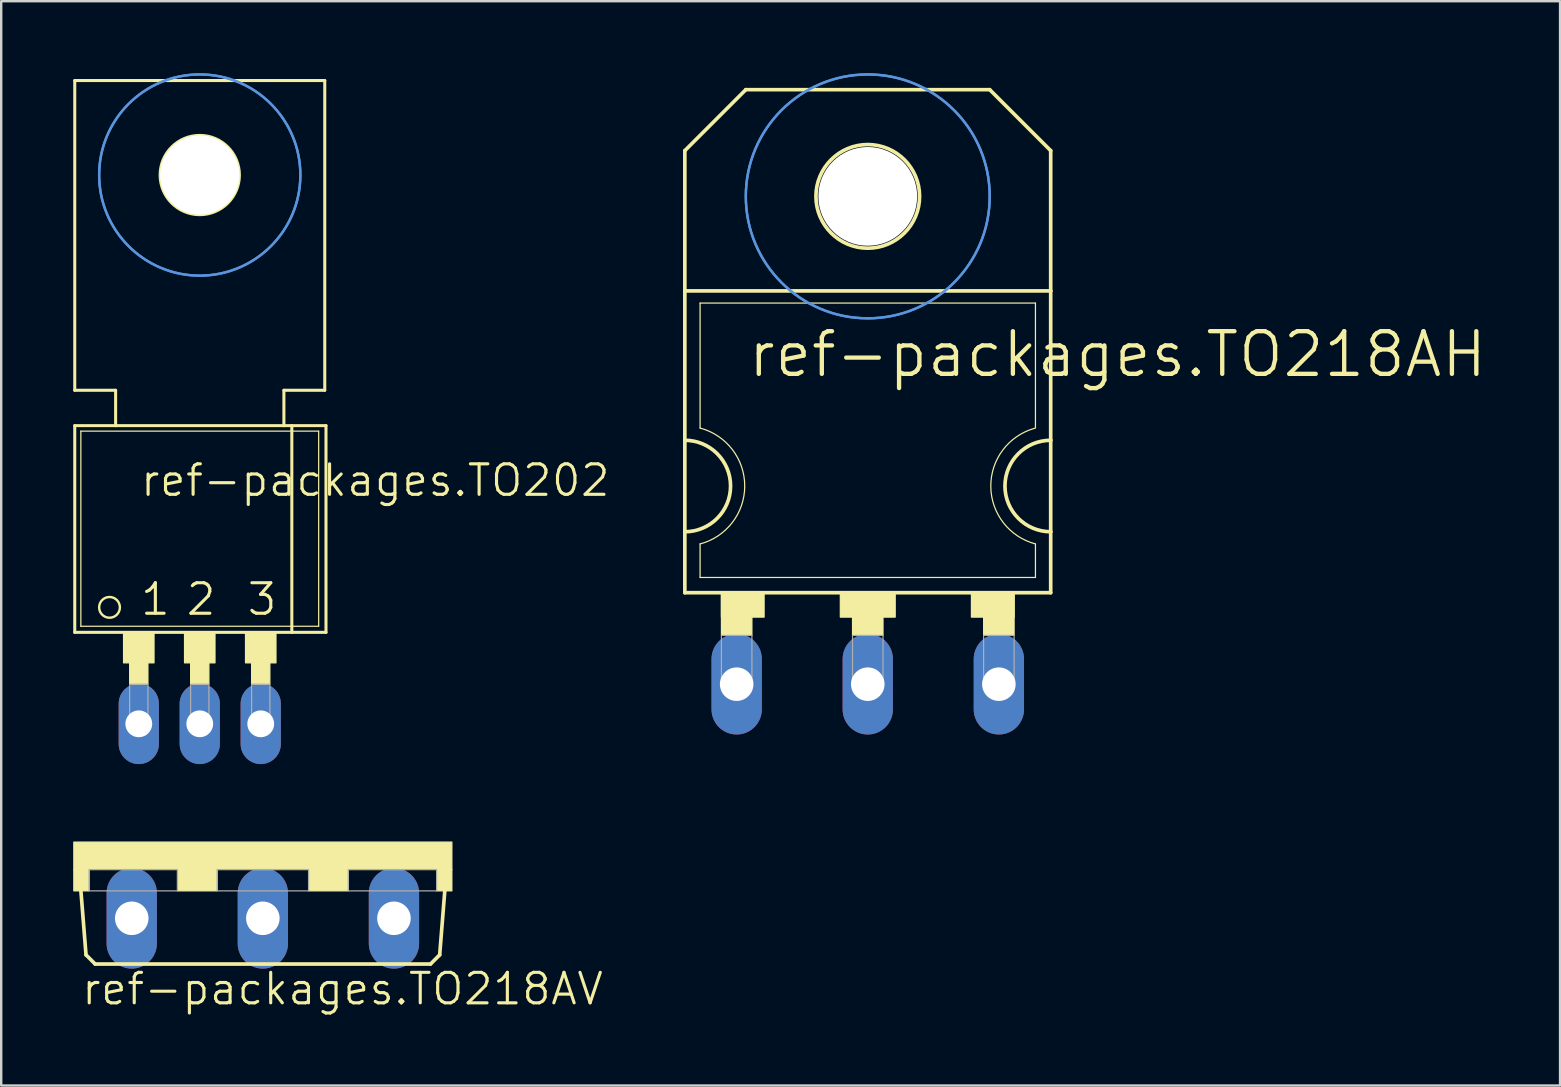
<source format=kicad_pcb>
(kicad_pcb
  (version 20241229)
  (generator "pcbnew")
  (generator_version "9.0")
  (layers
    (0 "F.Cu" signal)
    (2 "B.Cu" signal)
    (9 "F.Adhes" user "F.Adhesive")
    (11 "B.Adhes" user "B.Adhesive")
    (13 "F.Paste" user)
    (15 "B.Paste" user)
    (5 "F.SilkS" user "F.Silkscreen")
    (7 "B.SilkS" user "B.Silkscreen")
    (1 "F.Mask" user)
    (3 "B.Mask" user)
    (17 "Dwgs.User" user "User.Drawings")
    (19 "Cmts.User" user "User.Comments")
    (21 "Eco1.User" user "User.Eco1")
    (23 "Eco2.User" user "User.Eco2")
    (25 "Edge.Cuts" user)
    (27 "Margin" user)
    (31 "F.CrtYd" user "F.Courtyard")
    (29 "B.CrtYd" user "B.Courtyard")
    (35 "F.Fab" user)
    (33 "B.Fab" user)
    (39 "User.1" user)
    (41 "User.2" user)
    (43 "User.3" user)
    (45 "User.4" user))
  (footprint "ref-packages.TO202"
    (layer "F.Cu")
    (at 5.271 22.021)
    (property "Reference" "ref-packages.TO202" (at -2.54 -4.318 0) (layer "F.SilkS") (effects (font (size 1.27 1.27) (thickness 0.13)) (justify left bottom)))
    (attr through_hole)
    (fp_line (start -5.207 -21.717) (end -5.207 -8.814) (stroke (width 0.127) (type default)) (layer "F.SilkS"))
    (fp_line (start -5.207 -7.341) (end -3.505 -7.341) (stroke (width 0.127) (type default)) (layer "F.SilkS"))
    (fp_line (start -5.207 1.27) (end -5.207 -7.341) (stroke (width 0.127) (type default)) (layer "F.SilkS"))
    (fp_line (start -5.207 1.27) (end 3.835 1.27) (stroke (width 0.127) (type default)) (layer "F.SilkS"))
    (fp_line (start -4.953 1.016) (end -4.953 -7.112) (stroke (width 0.051) (type default)) (layer "F.SilkS"))
    (fp_line (start -4.953 1.016) (end 4.953 1.016) (stroke (width 0.051) (type default)) (layer "F.SilkS"))
    (fp_line (start -3.505 -8.814) (end -5.207 -8.814) (stroke (width 0.127) (type default)) (layer "F.SilkS"))
    (fp_line (start -3.505 -7.341) (end -3.505 -8.814) (stroke (width 0.127) (type default)) (layer "F.SilkS"))
    (fp_line (start -3.505 -7.341) (end 3.505 -7.341) (stroke (width 0.127) (type default)) (layer "F.SilkS"))
    (fp_line (start 3.505 -8.814) (end 3.505 -7.341) (stroke (width 0.127) (type default)) (layer "F.SilkS"))
    (fp_line (start 3.505 -7.341) (end 3.835 -7.341) (stroke (width 0.127) (type default)) (layer "F.SilkS"))
    (fp_line (start 3.835 -7.341) (end 5.258 -7.341) (stroke (width 0.127) (type default)) (layer "F.SilkS"))
    (fp_line (start 3.835 1.27) (end 3.835 -7.341) (stroke (width 0.127) (type default)) (layer "F.SilkS"))
    (fp_line (start 3.835 1.27) (end 5.258 1.27) (stroke (width 0.127) (type default)) (layer "F.SilkS"))
    (fp_line (start 4.953 -7.112) (end -4.953 -7.112) (stroke (width 0.051) (type default)) (layer "F.SilkS"))
    (fp_line (start 4.953 -7.112) (end 4.953 1.016) (stroke (width 0.051) (type default)) (layer "F.SilkS"))
    (fp_line (start 5.207 -21.717) (end -5.207 -21.717) (stroke (width 0.127) (type default)) (layer "F.SilkS"))
    (fp_line (start 5.207 -21.717) (end 5.207 -8.814) (stroke (width 0.127) (type default)) (layer "F.SilkS"))
    (fp_line (start 5.207 -8.814) (end 3.505 -8.814) (stroke (width 0.127) (type default)) (layer "F.SilkS"))
    (fp_line (start 5.258 1.27) (end 5.258 -7.341) (stroke (width 0.127) (type default)) (layer "F.SilkS"))
    (fp_rect (start -3.175 2.54) (end -1.905 1.27) (stroke (width 0.05) (type default)) (fill yes) (layer "F.SilkS"))
    (fp_rect (start -2.921 3.429) (end -2.159 2.54) (stroke (width 0.05) (type default)) (fill yes) (layer "F.SilkS"))
    (fp_rect (start -0.635 2.54) (end 0.635 1.27) (stroke (width 0.05) (type default)) (fill yes) (layer "F.SilkS"))
    (fp_rect (start -0.381 3.429) (end 0.381 2.54) (stroke (width 0.05) (type default)) (fill yes) (layer "F.SilkS"))
    (fp_rect (start 1.905 2.54) (end 3.175 1.27) (stroke (width 0.05) (type default)) (fill yes) (layer "F.SilkS"))
    (fp_rect (start 2.159 3.429) (end 2.921 2.54) (stroke (width 0.05) (type default)) (fill yes) (layer "F.SilkS"))
    (fp_circle (center -3.759 0.229) (end -3.327 0.229) (stroke (width 0.1) (type default)) (fill no) (layer "F.SilkS"))
    (fp_circle (center 0 -17.78) (end 1.651 -17.78) (stroke (width 0.127) (type default)) (fill no) (layer "F.SilkS"))
    (fp_circle (center 0 -17.78) (end 4.191 -17.78) (stroke (width 0.1) (type default)) (fill no) (layer "Cmts.User"))
    (fp_circle (center 0 -17.78) (end 4.191 -17.78) (stroke (width 0.1) (type default)) (fill no) (layer "Cmts.User"))
    (fp_rect (start -2.921 5.08) (end -2.159 3.429) (stroke (width 0.05) (type default)) (fill no) (layer "F.Fab"))
    (fp_rect (start -0.381 5.08) (end 0.381 3.429) (stroke (width 0.05) (type default)) (fill no) (layer "F.Fab"))
    (fp_rect (start 2.159 5.08) (end 2.921 3.429) (stroke (width 0.05) (type default)) (fill no) (layer "F.Fab"))
    (fp_text user "2" (at -0.635 0.635 0) (layer "F.SilkS") (effects (font (size 1.27 1.27) (thickness 0.13)) (justify left bottom)))
    (fp_text user "1" (at -2.54 0.635 0) (layer "F.SilkS") (effects (font (size 1.27 1.27) (thickness 0.13)) (justify left bottom)))
    (fp_text user "3" (at 1.905 0.635 0) (layer "F.SilkS") (effects (font (size 1.27 1.27) (thickness 0.13)) (justify left bottom)))
    (pad "" np_thru_hole circle (at 0 -17.78) (size 3.302 3.302) (drill 3.302) (layers "*.Cu" "*.Mask"))
    (pad "1" thru_hole oval (at -2.54 5.08 90) (size 3.353 1.676) (drill 1.118) (layers "*.Cu" "*.Mask"))
    (pad "2" thru_hole oval (at 0 5.08 90) (size 3.353 1.676) (drill 1.118) (layers "*.Cu" "*.Mask"))
    (pad "3" thru_hole oval (at 2.54 5.08 90) (size 3.353 1.676) (drill 1.118) (layers "*.Cu" "*.Mask")))
  (footprint "ref-packages.TO218AV"
    (layer "F.Cu")
    (at 7.899 32.027)
    (property "Reference" "ref-packages.TO218AV" (at -7.62 6.858 0) (layer "F.SilkS") (effects (font (size 1.27 1.27) (thickness 0.13)) (justify left bottom)))
    (attr through_hole)
    (fp_line (start -7.366 4.699) (end -7.62 1.524) (stroke (width 0.152) (type default)) (layer "F.SilkS"))
    (fp_line (start -6.985 5.08) (end -7.366 4.699) (stroke (width 0.152) (type default)) (layer "F.SilkS"))
    (fp_line (start -6.985 5.08) (end 6.985 5.08) (stroke (width 0.152) (type default)) (layer "F.SilkS"))
    (fp_line (start 6.985 5.08) (end 7.366 4.699) (stroke (width 0.152) (type default)) (layer "F.SilkS"))
    (fp_line (start 7.366 4.699) (end 7.62 1.524) (stroke (width 0.152) (type default)) (layer "F.SilkS"))
    (fp_rect (start -7.874 1.143) (end 7.874 0) (stroke (width 0.05) (type default)) (fill yes) (layer "F.SilkS"))
    (fp_rect (start -7.874 2.032) (end -7.239 1.143) (stroke (width 0.05) (type default)) (fill yes) (layer "F.SilkS"))
    (fp_rect (start -3.556 2.032) (end -1.905 1.143) (stroke (width 0.05) (type default)) (fill yes) (layer "F.SilkS"))
    (fp_rect (start 1.905 2.032) (end 3.556 1.143) (stroke (width 0.05) (type default)) (fill yes) (layer "F.SilkS"))
    (fp_rect (start 7.239 2.032) (end 7.874 1.143) (stroke (width 0.05) (type default)) (fill yes) (layer "F.SilkS"))
    (fp_rect (start -7.239 2.032) (end -3.556 1.143) (stroke (width 0.05) (type default)) (fill no) (layer "F.Fab"))
    (fp_rect (start -1.905 2.032) (end 1.905 1.143) (stroke (width 0.05) (type default)) (fill no) (layer "F.Fab"))
    (fp_rect (start 3.556 2.032) (end 7.239 1.143) (stroke (width 0.05) (type default)) (fill no) (layer "F.Fab"))
    (pad "B" thru_hole oval (at -5.461 3.175 90) (size 4.191 2.095) (drill 1.397) (layers "*.Cu" "*.Mask"))
    (pad "C" thru_hole oval (at 0 3.175 90) (size 4.191 2.095) (drill 1.397) (layers "*.Cu" "*.Mask"))
    (pad "E" thru_hole oval (at 5.461 3.175 90) (size 4.191 2.095) (drill 1.397) (layers "*.Cu" "*.Mask")))
  (footprint "ref-packages.TO218AH"
    (layer "F.Cu")
    (at 33.097 15.29)
    (property "Reference" "ref-packages.TO218AH" (at -5.08 -2.54 0) (layer "F.SilkS") (effects (font (size 1.778 1.778) (thickness 0.18)) (justify left bottom)))
    (attr through_hole)
    (fp_line (start -7.62 -12.065) (end -7.62 -6.223) (stroke (width 0.152) (type default)) (layer "F.SilkS"))
    (fp_line (start -7.62 -12.065) (end -5.08 -14.605) (stroke (width 0.152) (type default)) (layer "F.SilkS"))
    (fp_line (start -7.62 0) (end -7.62 -6.223) (stroke (width 0.152) (type default)) (layer "F.SilkS"))
    (fp_line (start -7.62 3.81) (end -7.62 0) (stroke (width 0.152) (type default)) (layer "F.SilkS"))
    (fp_line (start -7.62 6.35) (end -7.62 3.81) (stroke (width 0.152) (type default)) (layer "F.SilkS"))
    (fp_line (start -7.62 6.35) (end 7.62 6.35) (stroke (width 0.152) (type default)) (layer "F.SilkS"))
    (fp_line (start -6.985 -0.508) (end -6.985 -5.715) (stroke (width 0.051) (type default)) (layer "F.SilkS"))
    (fp_line (start -6.985 5.715) (end -6.985 4.318) (stroke (width 0.051) (type default)) (layer "F.SilkS"))
    (fp_line (start -6.985 5.715) (end 6.985 5.715) (stroke (width 0.051) (type default)) (layer "F.SilkS"))
    (fp_line (start 5.08 -14.605) (end -5.08 -14.605) (stroke (width 0.152) (type default)) (layer "F.SilkS"))
    (fp_line (start 6.985 -5.715) (end -6.985 -5.715) (stroke (width 0.051) (type default)) (layer "F.SilkS"))
    (fp_line (start 6.985 -0.508) (end 6.985 -5.715) (stroke (width 0.051) (type default)) (layer "F.SilkS"))
    (fp_line (start 6.985 5.715) (end 6.985 4.318) (stroke (width 0.051) (type default)) (layer "F.SilkS"))
    (fp_line (start 7.62 -12.065) (end 5.08 -14.605) (stroke (width 0.152) (type default)) (layer "F.SilkS"))
    (fp_line (start 7.62 -12.065) (end 7.62 -6.223) (stroke (width 0.152) (type default)) (layer "F.SilkS"))
    (fp_line (start 7.62 -6.223) (end -7.62 -6.223) (stroke (width 0.152) (type default)) (layer "F.SilkS"))
    (fp_line (start 7.62 -6.223) (end 7.62 0) (stroke (width 0.152) (type default)) (layer "F.SilkS"))
    (fp_line (start 7.62 0) (end 7.62 3.81) (stroke (width 0.152) (type default)) (layer "F.SilkS"))
    (fp_line (start 7.62 3.81) (end 7.62 6.35) (stroke (width 0.152) (type default)) (layer "F.SilkS"))
    (fp_rect (start -6.096 7.366) (end -4.318 6.35) (stroke (width 0.05) (type default)) (fill yes) (layer "F.SilkS"))
    (fp_rect (start -6.096 8.128) (end -4.826 6.35) (stroke (width 0.05) (type default)) (fill yes) (layer "F.SilkS"))
    (fp_rect (start -1.143 7.366) (end 1.143 6.35) (stroke (width 0.05) (type default)) (fill yes) (layer "F.SilkS"))
    (fp_rect (start -0.635 8.128) (end 0.635 6.35) (stroke (width 0.05) (type default)) (fill yes) (layer "F.SilkS"))
    (fp_rect (start 4.318 7.366) (end 6.096 6.35) (stroke (width 0.05) (type default)) (fill yes) (layer "F.SilkS"))
    (fp_rect (start 4.826 8.128) (end 6.096 6.35) (stroke (width 0.05) (type default)) (fill yes) (layer "F.SilkS"))
    (fp_arc (start -7.62 0) (mid -5.715 1.905) (end -7.62 3.81) (stroke (width 0.1524) (type default)) (layer "F.SilkS"))
    (fp_arc (start -6.985 -0.508) (mid -5.124846 1.905) (end -6.985 4.318) (stroke (width 0.0508) (type default)) (layer "F.SilkS"))
    (fp_arc (start 6.9851 4.3178) (mid 5.125027 1.921942) (end 6.9522 -0.4991) (stroke (width 0.0508) (type default)) (layer "F.SilkS"))
    (fp_arc (start 7.62 3.81) (mid 5.715 1.905) (end 7.62 0) (stroke (width 0.1524) (type default)) (layer "F.SilkS"))
    (fp_circle (center 0 -10.16) (end 2.159 -10.16) (stroke (width 0.152) (type default)) (fill no) (layer "F.SilkS"))
    (fp_circle (center 0 -10.16) (end 5.08 -10.16) (stroke (width 0.1) (type default)) (fill no) (layer "Cmts.User"))
    (fp_circle (center 0 -10.16) (end 5.08 -10.16) (stroke (width 0.1) (type default)) (fill no) (layer "Cmts.User"))
    (fp_rect (start -6.096 10.287) (end -4.826 8.128) (stroke (width 0.05) (type default)) (fill no) (layer "F.Fab"))
    (fp_rect (start -0.635 10.287) (end 0.635 8.128) (stroke (width 0.05) (type default)) (fill no) (layer "F.Fab"))
    (fp_rect (start 4.826 10.287) (end 6.096 8.128) (stroke (width 0.05) (type default)) (fill no) (layer "F.Fab"))
    (pad "" np_thru_hole circle (at 0 -10.16) (size 4.115 4.115) (drill 4.115) (layers "*.Cu" "*.Mask"))
    (pad "B" thru_hole oval (at -5.461 10.16 90) (size 4.191 2.095) (drill 1.397) (layers "*.Cu" "*.Mask"))
    (pad "C" thru_hole oval (at 0 10.16 90) (size 4.191 2.095) (drill 1.397) (layers "*.Cu" "*.Mask"))
    (pad "E" thru_hole oval (at 5.461 10.16 90) (size 4.191 2.095) (drill 1.397) (layers "*.Cu" "*.Mask")))
  (gr_rect
    (start -3 -3)
    (end 61.935 42.168)
    (stroke (width 0.1) (type default))
    (fill no)
    (layer "Edge.Cuts")))
</source>
